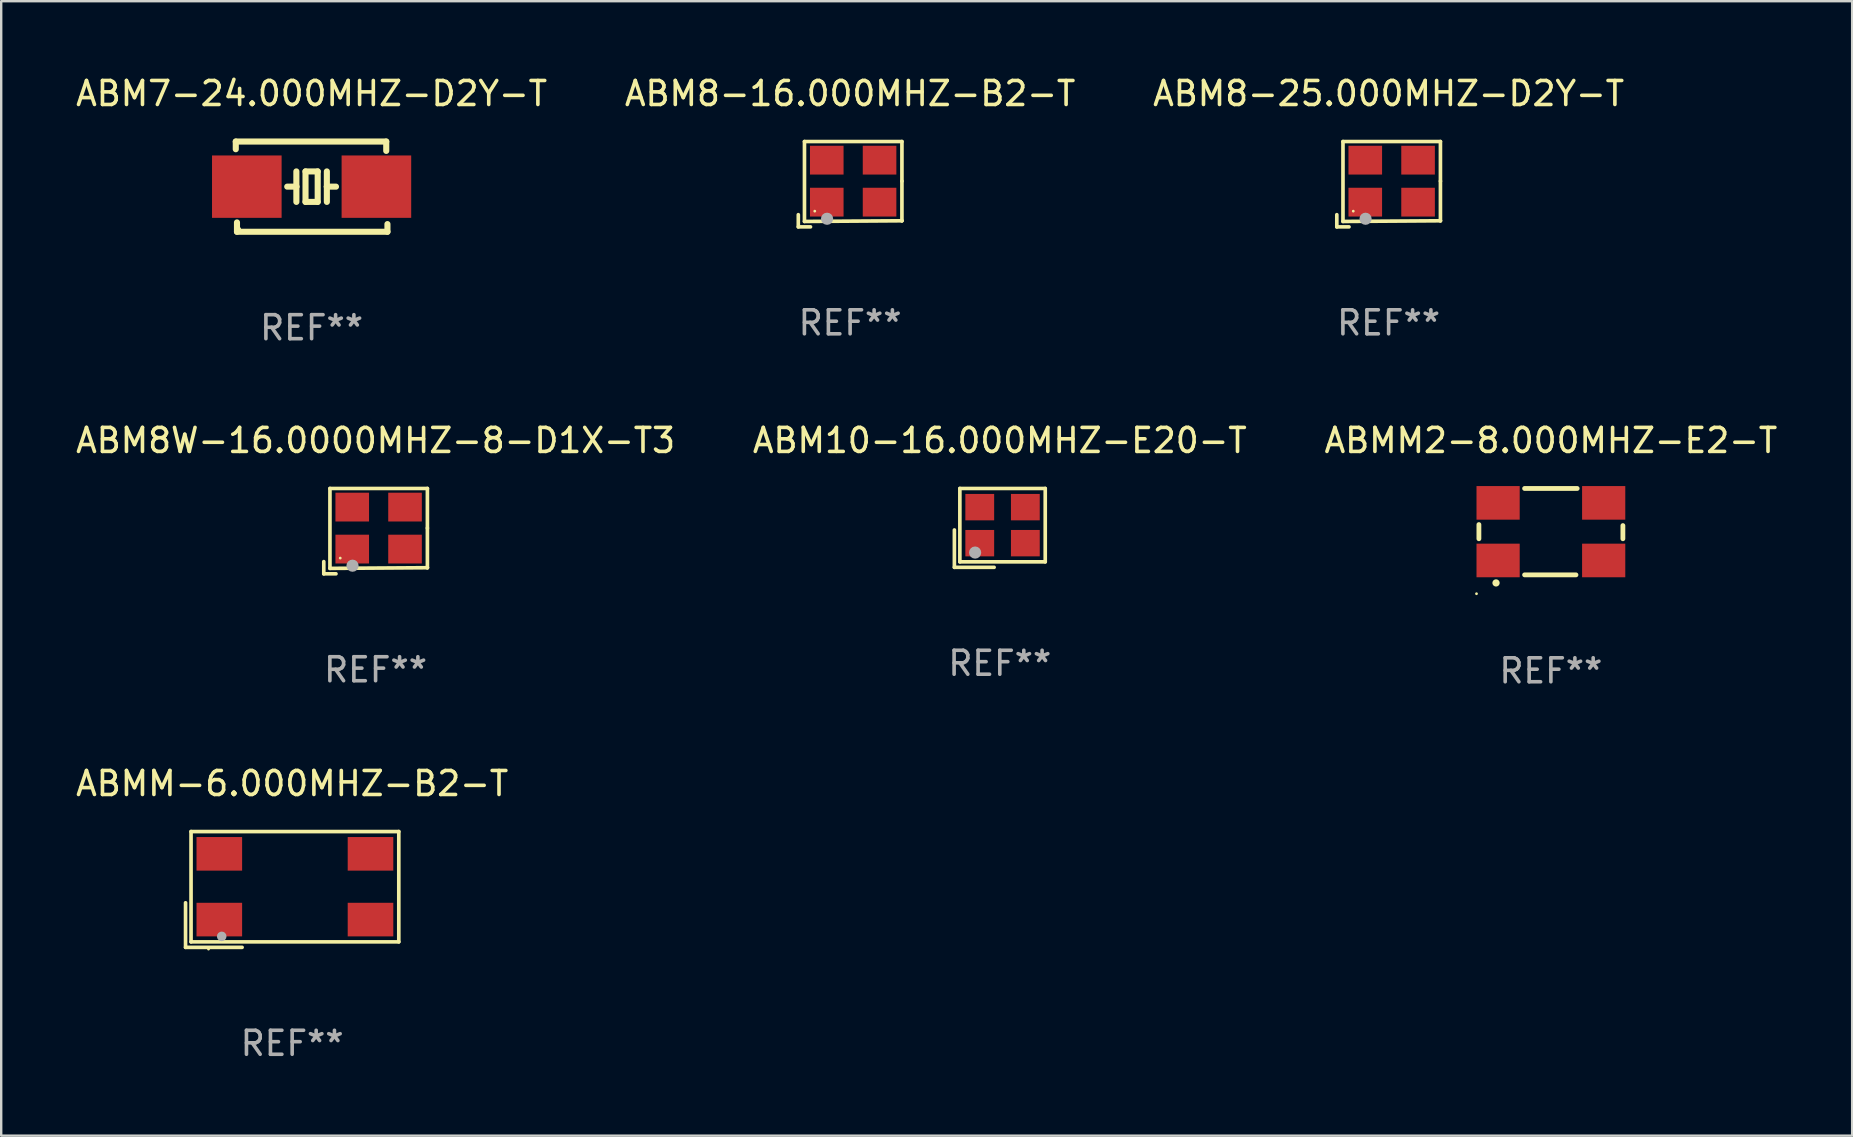
<source format=kicad_pcb>
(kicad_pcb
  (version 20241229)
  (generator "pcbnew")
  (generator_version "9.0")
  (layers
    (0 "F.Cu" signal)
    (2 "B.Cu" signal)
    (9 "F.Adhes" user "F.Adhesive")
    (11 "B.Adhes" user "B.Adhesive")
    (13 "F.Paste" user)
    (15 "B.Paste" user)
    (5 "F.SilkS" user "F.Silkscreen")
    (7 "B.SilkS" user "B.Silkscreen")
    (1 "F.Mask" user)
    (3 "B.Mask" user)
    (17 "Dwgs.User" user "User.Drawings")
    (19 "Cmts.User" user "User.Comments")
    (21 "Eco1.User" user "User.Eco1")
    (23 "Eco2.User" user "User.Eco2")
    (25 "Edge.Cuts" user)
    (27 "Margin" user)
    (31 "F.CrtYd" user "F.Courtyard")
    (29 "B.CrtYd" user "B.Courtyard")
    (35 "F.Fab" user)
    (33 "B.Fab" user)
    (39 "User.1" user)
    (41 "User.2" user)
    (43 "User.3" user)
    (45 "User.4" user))
  (footprint "ABM8-25.000MHZ-D2Y-T"
    (layer "F.Cu")
    (at 54.815 4.626)
    (property "Reference" "ABM8-25.000MHZ-D2Y-T" (at 0 -3.778 0) (layer "F.SilkS") (effects (font (size 1 1) (thickness 0.15))))
    (attr through_hole)
    (fp_line (start -2.159 1.27) (end -2.159 1.778) (stroke (width 0.152) (type solid)) (layer "F.SilkS"))
    (fp_line (start -2.159 1.778) (end -1.651 1.778) (stroke (width 0.152) (type solid)) (layer "F.SilkS"))
    (fp_line (start -1.902 -1.778) (end 2.159 -1.778) (stroke (width 0.152) (type solid)) (layer "F.SilkS"))
    (fp_line (start -1.902 1.552) (end -1.902 -1.778) (stroke (width 0.152) (type solid)) (layer "F.SilkS"))
    (fp_line (start 2.159 -1.778) (end 2.159 -0.127) (stroke (width 0.152) (type solid)) (layer "F.SilkS"))
    (fp_line (start 2.159 -0.127) (end 2.159 1.524) (stroke (width 0.152) (type solid)) (layer "F.SilkS"))
    (fp_line (start 2.159 1.524) (end -1.902 1.552) (stroke (width 0.152) (type solid)) (layer "F.SilkS"))
    (fp_line (start 2.159 1.524) (end 2.159 1.524) (stroke (width 0.152) (type solid)) (layer "F.SilkS"))
    (fp_circle (center -1.473 1.123) (end -1.443 1.123) (stroke (width 0.06) (type solid)) (fill no) (layer "F.SilkS"))
    (fp_circle (center -0.961 1.44) (end -0.834 1.44) (stroke (width 0.254) (type solid)) (fill no) (layer "F.Fab"))
    (fp_text user "REF**" (at 0 5.778 0) (layer "F.Fab") (effects (font (size 1 1) (thickness 0.15))))
    (pad "1" smd rect (at -0.973 0.748) (size 1.4 1.2) (layers "F.Cu" "F.Mask" "F.Paste"))
    (pad "2" smd rect (at 1.227 0.748) (size 1.4 1.2) (layers "F.Cu" "F.Mask" "F.Paste"))
    (pad "3" smd rect (at 1.227 -1.002) (size 1.4 1.2) (layers "F.Cu" "F.Mask" "F.Paste"))
    (pad "4" smd rect (at -0.973 -1.002) (size 1.4 1.2) (layers "F.Cu" "F.Mask" "F.Paste")))
  (footprint "ABMM-6.000MHZ-B2-T"
    (layer "F.Cu")
    (at 9.125 34.014)
    (property "Reference" "ABMM-6.000MHZ-B2-T" (at 0 -4.413 0) (layer "F.SilkS") (effects (font (size 1 1) (thickness 0.15))))
    (attr through_hole)
    (fp_line (start -4.443 0.556) (end -4.443 2.413) (stroke (width 0.152) (type solid)) (layer "F.SilkS"))
    (fp_line (start -4.443 2.413) (end -2.086 2.413) (stroke (width 0.152) (type solid)) (layer "F.SilkS"))
    (fp_line (start -4.214 -2.413) (end 4.443 -2.413) (stroke (width 0.152) (type solid)) (layer "F.SilkS"))
    (fp_line (start -4.214 2.184) (end -4.214 -2.413) (stroke (width 0.152) (type solid)) (layer "F.SilkS"))
    (fp_line (start 4.443 -2.413) (end 4.443 2.184) (stroke (width 0.152) (type solid)) (layer "F.SilkS"))
    (fp_line (start 4.443 2.184) (end -4.214 2.184) (stroke (width 0.152) (type solid)) (layer "F.SilkS"))
    (fp_circle (center -3.486 2.486) (end -3.456 2.486) (stroke (width 0.06) (type solid)) (fill no) (layer "F.SilkS"))
    (fp_circle (center -2.936 1.956) (end -2.836 1.956) (stroke (width 0.2) (type solid)) (fill no) (layer "F.Fab"))
    (fp_text user "REF**" (at 0 6.413 0) (layer "F.Fab") (effects (font (size 1 1) (thickness 0.15))))
    (pad "1" smd rect (at -3.036 1.256) (size 1.9 1.4) (layers "F.Cu" "F.Mask" "F.Paste"))
    (pad "2" smd rect (at 3.264 1.256) (size 1.9 1.4) (layers "F.Cu" "F.Mask" "F.Paste"))
    (pad "3" smd rect (at 3.264 -1.484) (size 1.9 1.4) (layers "F.Cu" "F.Mask" "F.Paste"))
    (pad "4" smd rect (at -3.036 -1.484) (size 1.9 1.4) (layers "F.Cu" "F.Mask" "F.Paste")))
  (footprint "ABMM2-8.000MHZ-E2-T"
    (layer "F.Cu")
    (at 61.577 19.105)
    (property "Reference" "ABMM2-8.000MHZ-E2-T" (at 0 -3.8 0) (layer "F.SilkS") (effects (font (size 1 1) (thickness 0.15))))
    (attr through_hole)
    (fp_line (start -3 0.296) (end -3 -0.296) (stroke (width 0.2) (type solid)) (layer "F.SilkS"))
    (fp_line (start -1.096 1.8) (end 1.045 1.8) (stroke (width 0.2) (type solid)) (layer "F.SilkS"))
    (fp_line (start 1.096 -1.8) (end -1.096 -1.8) (stroke (width 0.2) (type solid)) (layer "F.SilkS"))
    (fp_line (start 3 -0.254) (end 3 0.296) (stroke (width 0.2) (type solid)) (layer "F.SilkS"))
    (fp_arc (start -2.2873 2.135992) (mid -2.28603 2.135987) (end -2.28476 2.135992) (stroke (width 0.3) (type solid)) (layer "F.SilkS"))
    (fp_circle (center -3.1 2.586) (end -3.07 2.586) (stroke (width 0.06) (type solid)) (fill no) (layer "F.SilkS"))
    (fp_text user "REF**" (at 0 5.8 0) (layer "F.Fab") (effects (font (size 1 1) (thickness 0.15))))
    (pad "1" smd rect (at -2.2 1.2) (size 1.8 1.4) (layers "F.Cu" "F.Mask" "F.Paste"))
    (pad "2" smd rect (at 2.2 1.2) (size 1.8 1.4) (layers "F.Cu" "F.Mask" "F.Paste"))
    (pad "3" smd rect (at 2.2 -1.2) (size 1.8 1.4) (layers "F.Cu" "F.Mask" "F.Paste"))
    (pad "4" smd rect (at -2.2 -1.2) (size 1.8 1.4) (layers "F.Cu" "F.Mask" "F.Paste")))
  (footprint "ABM10-16.000MHZ-E20-T"
    (layer "F.Cu")
    (at 38.613 18.948)
    (property "Reference" "ABM10-16.000MHZ-E20-T" (at 0 -3.643 0) (layer "F.SilkS") (effects (font (size 1 1) (thickness 0.15))))
    (attr through_hole)
    (fp_line (start -1.893 0.086) (end -1.893 1.643) (stroke (width 0.152) (type solid)) (layer "F.SilkS"))
    (fp_line (start -1.893 1.643) (end -0.237 1.643) (stroke (width 0.152) (type solid)) (layer "F.SilkS"))
    (fp_line (start -1.665 -1.643) (end 1.893 -1.643) (stroke (width 0.152) (type solid)) (layer "F.SilkS"))
    (fp_line (start -1.665 1.414) (end -1.665 -1.643) (stroke (width 0.152) (type solid)) (layer "F.SilkS"))
    (fp_line (start 1.893 -1.643) (end 1.893 1.414) (stroke (width 0.152) (type solid)) (layer "F.SilkS"))
    (fp_line (start 1.893 1.414) (end -1.665 1.414) (stroke (width 0.152) (type solid)) (layer "F.SilkS"))
    (fp_circle (center -1.136 0.885) (end -1.106 0.885) (stroke (width 0.06) (type solid)) (fill no) (layer "F.SilkS"))
    (fp_circle (center -1.029 1.028) (end -0.902 1.028) (stroke (width 0.254) (type solid)) (fill no) (layer "F.Fab"))
    (fp_text user "REF**" (at 0 5.643 0) (layer "F.Fab") (effects (font (size 1 1) (thickness 0.15))))
    (pad "1" smd rect (at -0.836 0.636) (size 1.2 1.1) (layers "F.Cu" "F.Mask" "F.Paste"))
    (pad "2" smd rect (at 1.064 0.636) (size 1.2 1.1) (layers "F.Cu" "F.Mask" "F.Paste"))
    (pad "3" smd rect (at 1.064 -0.865) (size 1.2 1.1) (layers "F.Cu" "F.Mask" "F.Paste"))
    (pad "4" smd rect (at -0.836 -0.865) (size 1.2 1.1) (layers "F.Cu" "F.Mask" "F.Paste")))
  (footprint "ABM8W-16.0000MHZ-8-D1X-T3"
    (layer "F.Cu")
    (at 12.601 19.083)
    (property "Reference" "ABM8W-16.0000MHZ-8-D1X-T3" (at 0 -3.778 0) (layer "F.SilkS") (effects (font (size 1 1) (thickness 0.15))))
    (attr through_hole)
    (fp_line (start -2.159 1.27) (end -2.159 1.778) (stroke (width 0.152) (type solid)) (layer "F.SilkS"))
    (fp_line (start -2.159 1.778) (end -1.651 1.778) (stroke (width 0.152) (type solid)) (layer "F.SilkS"))
    (fp_line (start -1.902 -1.778) (end 2.159 -1.778) (stroke (width 0.152) (type solid)) (layer "F.SilkS"))
    (fp_line (start -1.902 1.552) (end -1.902 -1.778) (stroke (width 0.152) (type solid)) (layer "F.SilkS"))
    (fp_line (start 2.159 -1.778) (end 2.159 -0.127) (stroke (width 0.152) (type solid)) (layer "F.SilkS"))
    (fp_line (start 2.159 -0.127) (end 2.159 1.524) (stroke (width 0.152) (type solid)) (layer "F.SilkS"))
    (fp_line (start 2.159 1.524) (end -1.902 1.552) (stroke (width 0.152) (type solid)) (layer "F.SilkS"))
    (fp_line (start 2.159 1.524) (end 2.159 1.524) (stroke (width 0.152) (type solid)) (layer "F.SilkS"))
    (fp_circle (center -1.473 1.123) (end -1.443 1.123) (stroke (width 0.06) (type solid)) (fill no) (layer "F.SilkS"))
    (fp_circle (center -0.961 1.44) (end -0.834 1.44) (stroke (width 0.254) (type solid)) (fill no) (layer "F.Fab"))
    (fp_text user "REF**" (at 0 5.778 0) (layer "F.Fab") (effects (font (size 1 1) (thickness 0.15))))
    (pad "1" smd rect (at -0.973 0.748) (size 1.4 1.2) (layers "F.Cu" "F.Mask" "F.Paste"))
    (pad "2" smd rect (at 1.227 0.748) (size 1.4 1.2) (layers "F.Cu" "F.Mask" "F.Paste"))
    (pad "3" smd rect (at 1.227 -1.002) (size 1.4 1.2) (layers "F.Cu" "F.Mask" "F.Paste"))
    (pad "4" smd rect (at -0.973 -1.002) (size 1.4 1.2) (layers "F.Cu" "F.Mask" "F.Paste")))
  (footprint "ABM8-16.000MHZ-B2-T"
    (layer "F.Cu")
    (at 32.375 4.626)
    (property "Reference" "ABM8-16.000MHZ-B2-T" (at 0 -3.778 0) (layer "F.SilkS") (effects (font (size 1 1) (thickness 0.15))))
    (attr through_hole)
    (fp_line (start -2.159 1.27) (end -2.159 1.778) (stroke (width 0.152) (type solid)) (layer "F.SilkS"))
    (fp_line (start -2.159 1.778) (end -1.651 1.778) (stroke (width 0.152) (type solid)) (layer "F.SilkS"))
    (fp_line (start -1.902 -1.778) (end 2.159 -1.778) (stroke (width 0.152) (type solid)) (layer "F.SilkS"))
    (fp_line (start -1.902 1.552) (end -1.902 -1.778) (stroke (width 0.152) (type solid)) (layer "F.SilkS"))
    (fp_line (start 2.159 -1.778) (end 2.159 -0.127) (stroke (width 0.152) (type solid)) (layer "F.SilkS"))
    (fp_line (start 2.159 -0.127) (end 2.159 1.524) (stroke (width 0.152) (type solid)) (layer "F.SilkS"))
    (fp_line (start 2.159 1.524) (end -1.902 1.552) (stroke (width 0.152) (type solid)) (layer "F.SilkS"))
    (fp_line (start 2.159 1.524) (end 2.159 1.524) (stroke (width 0.152) (type solid)) (layer "F.SilkS"))
    (fp_circle (center -1.473 1.123) (end -1.443 1.123) (stroke (width 0.06) (type solid)) (fill no) (layer "F.SilkS"))
    (fp_circle (center -0.961 1.44) (end -0.834 1.44) (stroke (width 0.254) (type solid)) (fill no) (layer "F.Fab"))
    (fp_text user "REF**" (at 0 5.778 0) (layer "F.Fab") (effects (font (size 1 1) (thickness 0.15))))
    (pad "1" smd rect (at -0.973 0.748) (size 1.4 1.2) (layers "F.Cu" "F.Mask" "F.Paste"))
    (pad "2" smd rect (at 1.227 0.748) (size 1.4 1.2) (layers "F.Cu" "F.Mask" "F.Paste"))
    (pad "3" smd rect (at 1.227 -1.002) (size 1.4 1.2) (layers "F.Cu" "F.Mask" "F.Paste"))
    (pad "4" smd rect (at -0.973 -1.002) (size 1.4 1.2) (layers "F.Cu" "F.Mask" "F.Paste")))
  (footprint "ABM7-24.000MHZ-D2Y-T"
    (layer "F.Cu")
    (at 9.935 4.728)
    (property "Reference" "ABM7-24.000MHZ-D2Y-T" (at 0 -3.88 0) (layer "F.SilkS") (effects (font (size 1 1) (thickness 0.15))))
    (attr through_hole)
    (fp_line (start -3.16 -1.88) (end 3.11 -1.88) (stroke (width 0.254) (type solid)) (layer "F.SilkS"))
    (fp_line (start -3.16 -1.56) (end -3.16 -1.88) (stroke (width 0.254) (type solid)) (layer "F.SilkS"))
    (fp_line (start -3.11 1.88) (end -3.11 1.49) (stroke (width 0.254) (type solid)) (layer "F.SilkS"))
    (fp_line (start -0.635 -0.635) (end -0.635 0) (stroke (width 0.254) (type solid)) (layer "F.SilkS"))
    (fp_line (start -0.635 0) (end -1.016 0) (stroke (width 0.254) (type solid)) (layer "F.SilkS"))
    (fp_line (start -0.635 0) (end -0.635 0.635) (stroke (width 0.254) (type solid)) (layer "F.SilkS"))
    (fp_line (start -0.254 -0.635) (end -0.254 0.635) (stroke (width 0.254) (type solid)) (layer "F.SilkS"))
    (fp_line (start -0.254 0.635) (end 0.254 0.635) (stroke (width 0.254) (type solid)) (layer "F.SilkS"))
    (fp_line (start 0.254 -0.635) (end -0.254 -0.635) (stroke (width 0.254) (type solid)) (layer "F.SilkS"))
    (fp_line (start 0.254 0.635) (end 0.254 -0.635) (stroke (width 0.254) (type solid)) (layer "F.SilkS"))
    (fp_line (start 0.635 -0.635) (end 0.635 0) (stroke (width 0.254) (type solid)) (layer "F.SilkS"))
    (fp_line (start 0.635 0) (end 0.635 0.635) (stroke (width 0.254) (type solid)) (layer "F.SilkS"))
    (fp_line (start 0.635 0) (end 1.016 0) (stroke (width 0.254) (type solid)) (layer "F.SilkS"))
    (fp_line (start 3.11 -1.88) (end 3.11 -1.49) (stroke (width 0.254) (type solid)) (layer "F.SilkS"))
    (fp_line (start 3.16 1.56) (end 3.16 1.88) (stroke (width 0.254) (type solid)) (layer "F.SilkS"))
    (fp_line (start 3.16 1.88) (end -3.11 1.88) (stroke (width 0.254) (type solid)) (layer "F.SilkS"))
    (fp_circle (center -3 1.75) (end -2.97 1.75) (stroke (width 0.06) (type solid)) (fill no) (layer "F.SilkS"))
    (fp_text user "REF**" (at 0 5.88 0) (layer "F.Fab") (effects (font (size 1 1) (thickness 0.15))))
    (pad "1" smd rect (at -2.7 0) (size 2.9 2.6) (layers "F.Cu" "F.Mask" "F.Paste"))
    (pad "2" smd rect (at 2.7 0) (size 2.9 2.6) (layers "F.Cu" "F.Mask" "F.Paste")))
  (gr_rect
    (start -3 -3)
    (end 74.131 44.275)
    (stroke (width 0.1) (type default))
    (fill no)
    (layer "Edge.Cuts")))
</source>
